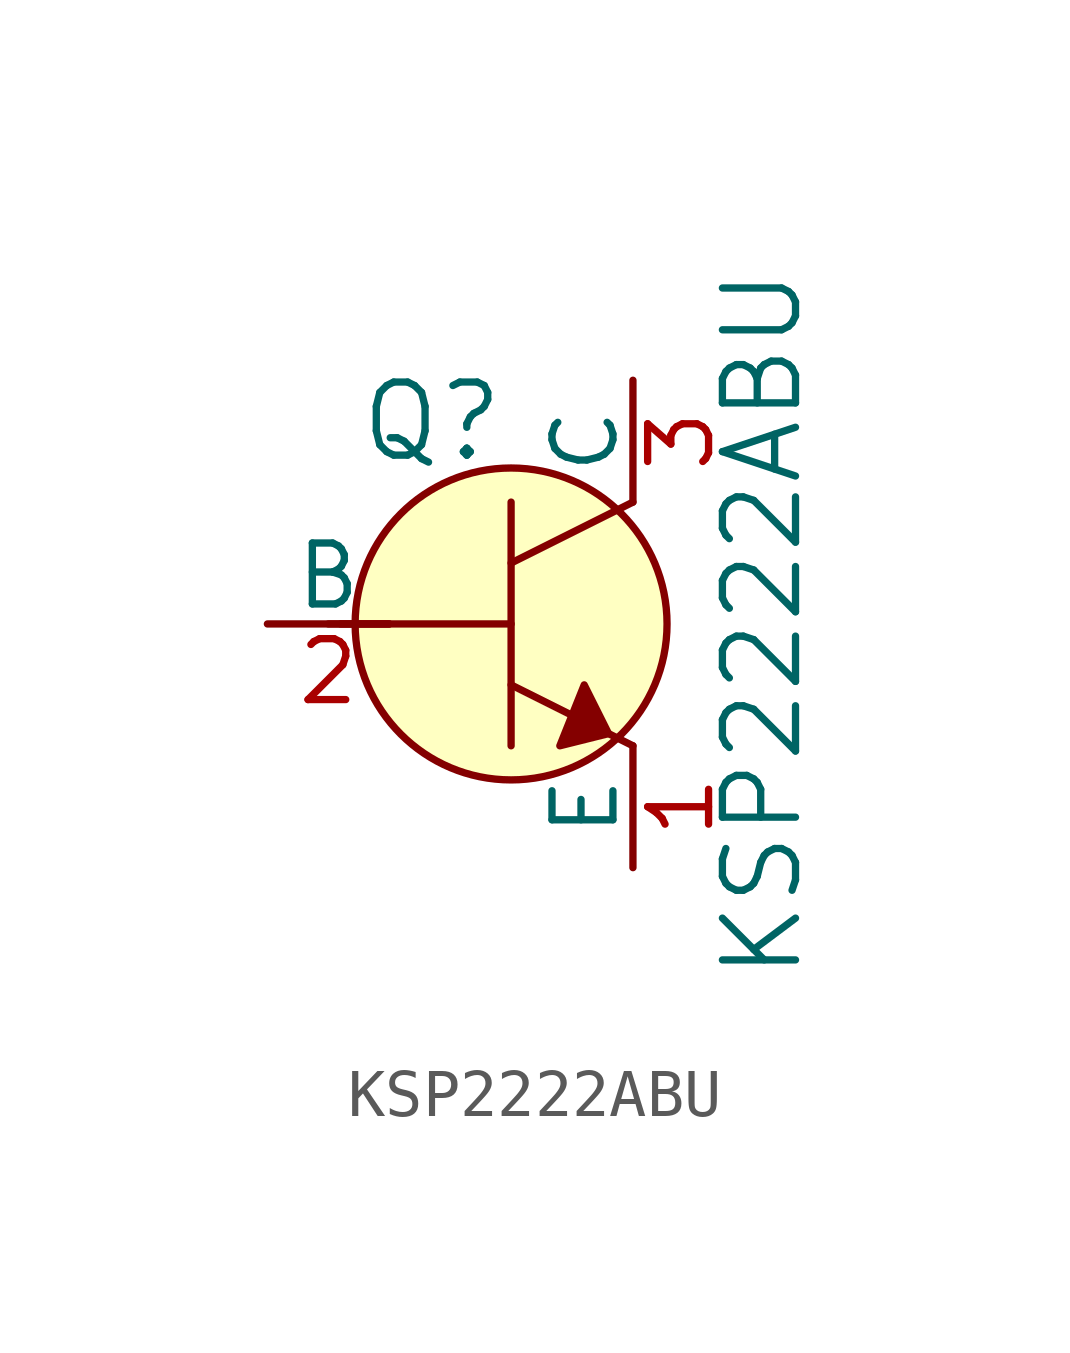
<source format=kicad_sym>
(kicad_symbol_lib
  (version 20211014)
  (generator kicad_symbol_editor)
  (symbol "KSP2222ABU"
    (pin_names
      (offset 0))
    (property "Reference" "Q"
      (at -3.2 4.216 0)
      (effects (font (size 1.524 1.524)) (justify left)))
    (property "Value" "KSP2222ABU"
      (at 5.232 0 90)
      (effects (font (size 1.524 1.524))))
    (symbol "KSP2222ABU_0_1"
      (polyline (pts (xy -3.81 0) (xy -2.54 0)) (stroke (width 0) (type default) (color 0 0 0 0)) (fill (type none)))
      (polyline (pts (xy -3.556 0) (xy 0 0)) (stroke (width 0) (type default) (color 0 0 0 0)) (fill (type none)))
      (polyline (pts (xy 0 -1.27) (xy 2.54 -2.54)) (stroke (width 0) (type default) (color 0 0 0 0)) (fill (type none)))
      (polyline (pts (xy 0 1.27) (xy 2.54 2.54)) (stroke (width 0) (type default) (color 0 0 0 0)) (fill (type none)))
      (polyline (pts (xy 0 2.54) (xy 0 -2.54)) (stroke (width 0) (type default) (color 0 0 0 0)) (fill (type none)))
      (polyline (pts (xy 1.524 -1.27) (xy 2.032 -2.286) (xy 1.016 -2.54) (xy 1.524 -1.27)) (stroke (width 0) (type default) (color 0 0 0 0)) (fill (type outline)))
      (circle (center 0 0) (radius 3.251) (stroke (width 0) (type default) (color 0 0 0 0)) (fill (type background))))
    (symbol "KSP2222ABU_1_1"
      (pin passive line (at 2.54 -5.08 90) (length 2.54) (name "E" (effects (font (size 1.27 1.27)))) (number "1" (effects (font (size 1.27 1.27)))))
      (pin input line (at -5.08 0 0) (length 2.54) (name "B" (effects (font (size 1.27 1.27)))) (number "2" (effects (font (size 1.27 1.27)))))
      (pin passive line (at 2.54 5.08 270) (length 2.54) (name "C" (effects (font (size 1.27 1.27)))) (number "3" (effects (font (size 1.27 1.27))))))))
</source>
